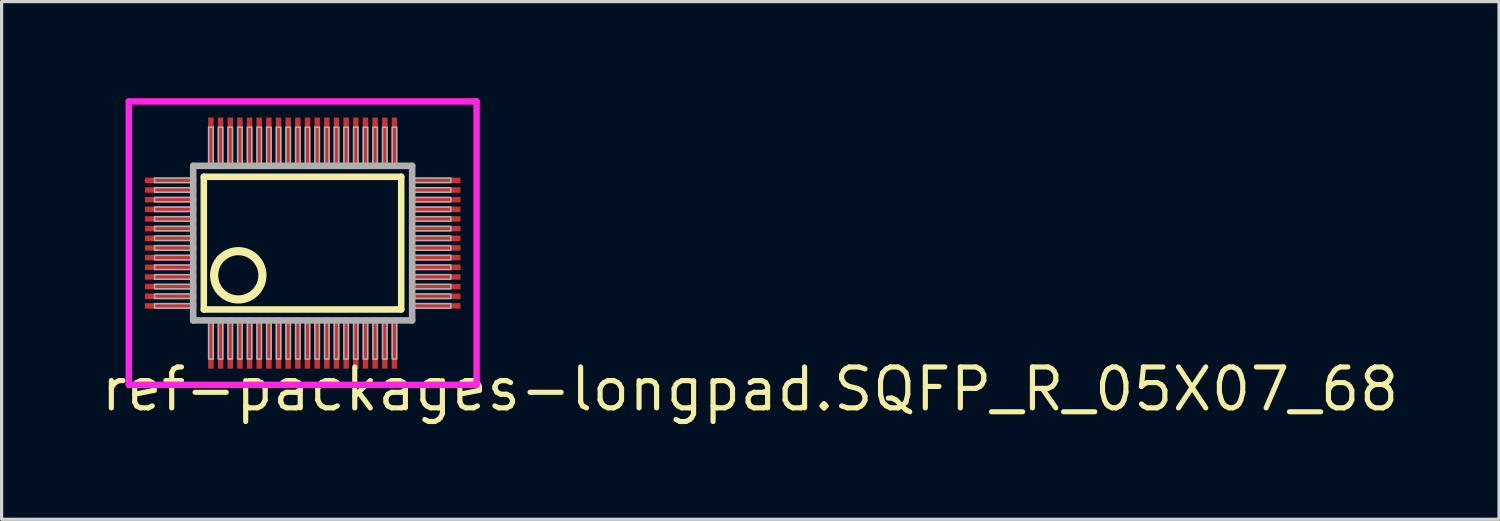
<source format=kicad_pcb>
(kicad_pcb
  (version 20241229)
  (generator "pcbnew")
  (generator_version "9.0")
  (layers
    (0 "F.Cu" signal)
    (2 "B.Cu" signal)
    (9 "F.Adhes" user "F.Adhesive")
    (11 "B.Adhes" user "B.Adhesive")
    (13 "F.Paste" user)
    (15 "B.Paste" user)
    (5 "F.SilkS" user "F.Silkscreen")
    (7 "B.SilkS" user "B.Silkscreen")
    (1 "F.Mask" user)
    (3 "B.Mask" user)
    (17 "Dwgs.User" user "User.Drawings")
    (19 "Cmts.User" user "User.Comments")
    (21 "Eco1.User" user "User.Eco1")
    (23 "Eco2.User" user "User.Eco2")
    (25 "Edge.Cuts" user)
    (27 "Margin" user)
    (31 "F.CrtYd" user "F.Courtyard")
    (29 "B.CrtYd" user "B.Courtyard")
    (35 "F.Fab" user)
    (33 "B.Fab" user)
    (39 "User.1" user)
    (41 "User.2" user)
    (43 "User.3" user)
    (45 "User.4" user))
  (footprint "ref-packages-longpad.SQFP_R_05X07_68"
    (layer "F.Cu")
    (at 6.35 4.5)
    (property "Reference" "ref-packages-longpad.SQFP_R_05X07_68" (at -6.35 5.28 0) (layer "F.SilkS") (effects (font (size 1.27 1.27) (thickness 0.16)) (justify left bottom)))
    (attr smd)
    (fp_line (start -3.07 -2.06) (end 3.06 -2.06) (stroke (width 0.203) (type default)) (layer "F.SilkS"))
    (fp_line (start -3.07 2.06) (end -3.07 -2.06) (stroke (width 0.203) (type default)) (layer "F.SilkS"))
    (fp_line (start 3.06 -2.06) (end 3.06 2.06) (stroke (width 0.203) (type default)) (layer "F.SilkS"))
    (fp_line (start 3.06 2.06) (end -3.07 2.06) (stroke (width 0.203) (type default)) (layer "F.SilkS"))
    (fp_circle (center -2 1) (end -1.25 1) (stroke (width 0.254) (type default)) (fill no) (layer "F.SilkS"))
    (fp_line (start -5.4 -4.4) (end 5.4 -4.4) (stroke (width 0.2) (type default)) (layer "F.CrtYd"))
    (fp_line (start -5.4 4.4) (end -5.4 -4.4) (stroke (width 0.2) (type default)) (layer "F.CrtYd"))
    (fp_line (start 5.4 -4.4) (end 5.4 4.4) (stroke (width 0.2) (type default)) (layer "F.CrtYd"))
    (fp_line (start 5.4 4.4) (end -5.4 4.4) (stroke (width 0.2) (type default)) (layer "F.CrtYd"))
    (fp_line (start -3.4 -2.4) (end -3.4 2.4) (stroke (width 0.203) (type default)) (layer "F.Fab"))
    (fp_line (start -3.4 2.4) (end 3.4 2.4) (stroke (width 0.203) (type default)) (layer "F.Fab"))
    (fp_line (start 3.4 -2.4) (end -3.4 -2.4) (stroke (width 0.203) (type default)) (layer "F.Fab"))
    (fp_line (start 3.4 2.4) (end 3.4 -2.4) (stroke (width 0.203) (type default)) (layer "F.Fab"))
    (fp_rect (start -4.6 -1.88) (end -3.45 -2.02) (stroke (width 0.05) (type default)) (fill no) (layer "F.Fab"))
    (fp_rect (start -4.6 -1.58) (end -3.45 -1.72) (stroke (width 0.05) (type default)) (fill no) (layer "F.Fab"))
    (fp_rect (start -4.6 -1.28) (end -3.45 -1.42) (stroke (width 0.05) (type default)) (fill no) (layer "F.Fab"))
    (fp_rect (start -4.6 -0.98) (end -3.45 -1.12) (stroke (width 0.05) (type default)) (fill no) (layer "F.Fab"))
    (fp_rect (start -4.6 -0.68) (end -3.45 -0.82) (stroke (width 0.05) (type default)) (fill no) (layer "F.Fab"))
    (fp_rect (start -4.6 -0.38) (end -3.45 -0.52) (stroke (width 0.05) (type default)) (fill no) (layer "F.Fab"))
    (fp_rect (start -4.6 -0.08) (end -3.45 -0.22) (stroke (width 0.05) (type default)) (fill no) (layer "F.Fab"))
    (fp_rect (start -4.6 0.22) (end -3.45 0.08) (stroke (width 0.05) (type default)) (fill no) (layer "F.Fab"))
    (fp_rect (start -4.6 0.52) (end -3.45 0.38) (stroke (width 0.05) (type default)) (fill no) (layer "F.Fab"))
    (fp_rect (start -4.6 0.82) (end -3.45 0.68) (stroke (width 0.05) (type default)) (fill no) (layer "F.Fab"))
    (fp_rect (start -4.6 1.12) (end -3.45 0.98) (stroke (width 0.05) (type default)) (fill no) (layer "F.Fab"))
    (fp_rect (start -4.6 1.42) (end -3.45 1.28) (stroke (width 0.05) (type default)) (fill no) (layer "F.Fab"))
    (fp_rect (start -4.6 1.72) (end -3.45 1.58) (stroke (width 0.05) (type default)) (fill no) (layer "F.Fab"))
    (fp_rect (start -4.6 2.02) (end -3.45 1.88) (stroke (width 0.05) (type default)) (fill no) (layer "F.Fab"))
    (fp_rect (start -2.92 -2.45) (end -2.78 -3.6) (stroke (width 0.05) (type default)) (fill no) (layer "F.Fab"))
    (fp_rect (start -2.92 3.6) (end -2.78 2.45) (stroke (width 0.05) (type default)) (fill no) (layer "F.Fab"))
    (fp_rect (start -2.62 -2.45) (end -2.48 -3.6) (stroke (width 0.05) (type default)) (fill no) (layer "F.Fab"))
    (fp_rect (start -2.62 3.6) (end -2.48 2.45) (stroke (width 0.05) (type default)) (fill no) (layer "F.Fab"))
    (fp_rect (start -2.32 -2.45) (end -2.18 -3.6) (stroke (width 0.05) (type default)) (fill no) (layer "F.Fab"))
    (fp_rect (start -2.32 3.6) (end -2.18 2.45) (stroke (width 0.05) (type default)) (fill no) (layer "F.Fab"))
    (fp_rect (start -2.02 -2.45) (end -1.88 -3.6) (stroke (width 0.05) (type default)) (fill no) (layer "F.Fab"))
    (fp_rect (start -2.02 3.6) (end -1.88 2.45) (stroke (width 0.05) (type default)) (fill no) (layer "F.Fab"))
    (fp_rect (start -1.72 -2.45) (end -1.58 -3.6) (stroke (width 0.05) (type default)) (fill no) (layer "F.Fab"))
    (fp_rect (start -1.72 3.6) (end -1.58 2.45) (stroke (width 0.05) (type default)) (fill no) (layer "F.Fab"))
    (fp_rect (start -1.42 -2.45) (end -1.28 -3.6) (stroke (width 0.05) (type default)) (fill no) (layer "F.Fab"))
    (fp_rect (start -1.42 3.6) (end -1.28 2.45) (stroke (width 0.05) (type default)) (fill no) (layer "F.Fab"))
    (fp_rect (start -1.12 -2.45) (end -0.98 -3.6) (stroke (width 0.05) (type default)) (fill no) (layer "F.Fab"))
    (fp_rect (start -1.12 3.6) (end -0.98 2.45) (stroke (width 0.05) (type default)) (fill no) (layer "F.Fab"))
    (fp_rect (start -0.82 -2.45) (end -0.68 -3.6) (stroke (width 0.05) (type default)) (fill no) (layer "F.Fab"))
    (fp_rect (start -0.82 3.6) (end -0.68 2.45) (stroke (width 0.05) (type default)) (fill no) (layer "F.Fab"))
    (fp_rect (start -0.52 -2.45) (end -0.38 -3.6) (stroke (width 0.05) (type default)) (fill no) (layer "F.Fab"))
    (fp_rect (start -0.52 3.6) (end -0.38 2.45) (stroke (width 0.05) (type default)) (fill no) (layer "F.Fab"))
    (fp_rect (start -0.22 -2.45) (end -0.08 -3.6) (stroke (width 0.05) (type default)) (fill no) (layer "F.Fab"))
    (fp_rect (start -0.22 3.6) (end -0.08 2.45) (stroke (width 0.05) (type default)) (fill no) (layer "F.Fab"))
    (fp_rect (start 0.08 -2.45) (end 0.22 -3.6) (stroke (width 0.05) (type default)) (fill no) (layer "F.Fab"))
    (fp_rect (start 0.08 3.6) (end 0.22 2.45) (stroke (width 0.05) (type default)) (fill no) (layer "F.Fab"))
    (fp_rect (start 0.38 -2.45) (end 0.52 -3.6) (stroke (width 0.05) (type default)) (fill no) (layer "F.Fab"))
    (fp_rect (start 0.38 3.6) (end 0.52 2.45) (stroke (width 0.05) (type default)) (fill no) (layer "F.Fab"))
    (fp_rect (start 0.68 -2.45) (end 0.82 -3.6) (stroke (width 0.05) (type default)) (fill no) (layer "F.Fab"))
    (fp_rect (start 0.68 3.6) (end 0.82 2.45) (stroke (width 0.05) (type default)) (fill no) (layer "F.Fab"))
    (fp_rect (start 0.98 -2.45) (end 1.12 -3.6) (stroke (width 0.05) (type default)) (fill no) (layer "F.Fab"))
    (fp_rect (start 0.98 3.6) (end 1.12 2.45) (stroke (width 0.05) (type default)) (fill no) (layer "F.Fab"))
    (fp_rect (start 1.28 -2.45) (end 1.42 -3.6) (stroke (width 0.05) (type default)) (fill no) (layer "F.Fab"))
    (fp_rect (start 1.28 3.6) (end 1.42 2.45) (stroke (width 0.05) (type default)) (fill no) (layer "F.Fab"))
    (fp_rect (start 1.58 -2.45) (end 1.72 -3.6) (stroke (width 0.05) (type default)) (fill no) (layer "F.Fab"))
    (fp_rect (start 1.58 3.6) (end 1.72 2.45) (stroke (width 0.05) (type default)) (fill no) (layer "F.Fab"))
    (fp_rect (start 1.88 -2.45) (end 2.02 -3.6) (stroke (width 0.05) (type default)) (fill no) (layer "F.Fab"))
    (fp_rect (start 1.88 3.6) (end 2.02 2.45) (stroke (width 0.05) (type default)) (fill no) (layer "F.Fab"))
    (fp_rect (start 2.18 -2.45) (end 2.32 -3.6) (stroke (width 0.05) (type default)) (fill no) (layer "F.Fab"))
    (fp_rect (start 2.18 3.6) (end 2.32 2.45) (stroke (width 0.05) (type default)) (fill no) (layer "F.Fab"))
    (fp_rect (start 2.48 -2.45) (end 2.62 -3.6) (stroke (width 0.05) (type default)) (fill no) (layer "F.Fab"))
    (fp_rect (start 2.48 3.6) (end 2.62 2.45) (stroke (width 0.05) (type default)) (fill no) (layer "F.Fab"))
    (fp_rect (start 2.78 -2.45) (end 2.92 -3.6) (stroke (width 0.05) (type default)) (fill no) (layer "F.Fab"))
    (fp_rect (start 2.78 3.6) (end 2.92 2.45) (stroke (width 0.05) (type default)) (fill no) (layer "F.Fab"))
    (fp_rect (start 3.45 -1.88) (end 4.6 -2.02) (stroke (width 0.05) (type default)) (fill no) (layer "F.Fab"))
    (fp_rect (start 3.45 -1.58) (end 4.6 -1.72) (stroke (width 0.05) (type default)) (fill no) (layer "F.Fab"))
    (fp_rect (start 3.45 -1.28) (end 4.6 -1.42) (stroke (width 0.05) (type default)) (fill no) (layer "F.Fab"))
    (fp_rect (start 3.45 -0.98) (end 4.6 -1.12) (stroke (width 0.05) (type default)) (fill no) (layer "F.Fab"))
    (fp_rect (start 3.45 -0.68) (end 4.6 -0.82) (stroke (width 0.05) (type default)) (fill no) (layer "F.Fab"))
    (fp_rect (start 3.45 -0.38) (end 4.6 -0.52) (stroke (width 0.05) (type default)) (fill no) (layer "F.Fab"))
    (fp_rect (start 3.45 -0.08) (end 4.6 -0.22) (stroke (width 0.05) (type default)) (fill no) (layer "F.Fab"))
    (fp_rect (start 3.45 0.22) (end 4.6 0.08) (stroke (width 0.05) (type default)) (fill no) (layer "F.Fab"))
    (fp_rect (start 3.45 0.52) (end 4.6 0.38) (stroke (width 0.05) (type default)) (fill no) (layer "F.Fab"))
    (fp_rect (start 3.45 0.82) (end 4.6 0.68) (stroke (width 0.05) (type default)) (fill no) (layer "F.Fab"))
    (fp_rect (start 3.45 1.12) (end 4.6 0.98) (stroke (width 0.05) (type default)) (fill no) (layer "F.Fab"))
    (fp_rect (start 3.45 1.42) (end 4.6 1.28) (stroke (width 0.05) (type default)) (fill no) (layer "F.Fab"))
    (fp_rect (start 3.45 1.72) (end 4.6 1.58) (stroke (width 0.05) (type default)) (fill no) (layer "F.Fab"))
    (fp_rect (start 3.45 2.02) (end 4.6 1.88) (stroke (width 0.05) (type default)) (fill no) (layer "F.Fab"))
    (pad "1" smd roundrect (at -2.85 3.1) (size 0.17 1.6) (layers "F.Cu" "F.Mask" "F.Paste") (roundrect_rratio 0.01))
    (pad "2" smd roundrect (at -2.55 3.1) (size 0.17 1.6) (layers "F.Cu" "F.Mask" "F.Paste") (roundrect_rratio 0.01))
    (pad "3" smd roundrect (at -2.25 3.1) (size 0.17 1.6) (layers "F.Cu" "F.Mask" "F.Paste") (roundrect_rratio 0.01))
    (pad "4" smd roundrect (at -1.95 3.1) (size 0.17 1.6) (layers "F.Cu" "F.Mask" "F.Paste") (roundrect_rratio 0.01))
    (pad "5" smd roundrect (at -1.65 3.1) (size 0.17 1.6) (layers "F.Cu" "F.Mask" "F.Paste") (roundrect_rratio 0.01))
    (pad "6" smd roundrect (at -1.35 3.1) (size 0.17 1.6) (layers "F.Cu" "F.Mask" "F.Paste") (roundrect_rratio 0.01))
    (pad "7" smd roundrect (at -1.05 3.1) (size 0.17 1.6) (layers "F.Cu" "F.Mask" "F.Paste") (roundrect_rratio 0.01))
    (pad "8" smd roundrect (at -0.75 3.1) (size 0.17 1.6) (layers "F.Cu" "F.Mask" "F.Paste") (roundrect_rratio 0.01))
    (pad "9" smd roundrect (at -0.45 3.1) (size 0.17 1.6) (layers "F.Cu" "F.Mask" "F.Paste") (roundrect_rratio 0.01))
    (pad "10" smd roundrect (at -0.15 3.1) (size 0.17 1.6) (layers "F.Cu" "F.Mask" "F.Paste") (roundrect_rratio 0.01))
    (pad "11" smd roundrect (at 0.15 3.1) (size 0.17 1.6) (layers "F.Cu" "F.Mask" "F.Paste") (roundrect_rratio 0.01))
    (pad "12" smd roundrect (at 0.45 3.1) (size 0.17 1.6) (layers "F.Cu" "F.Mask" "F.Paste") (roundrect_rratio 0.01))
    (pad "13" smd roundrect (at 0.75 3.1) (size 0.17 1.6) (layers "F.Cu" "F.Mask" "F.Paste") (roundrect_rratio 0.01))
    (pad "14" smd roundrect (at 1.05 3.1) (size 0.17 1.6) (layers "F.Cu" "F.Mask" "F.Paste") (roundrect_rratio 0.01))
    (pad "15" smd roundrect (at 1.35 3.1) (size 0.17 1.6) (layers "F.Cu" "F.Mask" "F.Paste") (roundrect_rratio 0.01))
    (pad "16" smd roundrect (at 1.65 3.1) (size 0.17 1.6) (layers "F.Cu" "F.Mask" "F.Paste") (roundrect_rratio 0.01))
    (pad "17" smd roundrect (at 1.95 3.1) (size 0.17 1.6) (layers "F.Cu" "F.Mask" "F.Paste") (roundrect_rratio 0.01))
    (pad "18" smd roundrect (at 2.25 3.1) (size 0.17 1.6) (layers "F.Cu" "F.Mask" "F.Paste") (roundrect_rratio 0.01))
    (pad "19" smd roundrect (at 2.55 3.1) (size 0.17 1.6) (layers "F.Cu" "F.Mask" "F.Paste") (roundrect_rratio 0.01))
    (pad "20" smd roundrect (at 2.85 3.1) (size 0.17 1.6) (layers "F.Cu" "F.Mask" "F.Paste") (roundrect_rratio 0.01))
    (pad "21" smd roundrect (at 4.1 1.95) (size 1.6 0.17) (layers "F.Cu" "F.Mask" "F.Paste") (roundrect_rratio 0.01))
    (pad "22" smd roundrect (at 4.1 1.65) (size 1.6 0.17) (layers "F.Cu" "F.Mask" "F.Paste") (roundrect_rratio 0.01))
    (pad "23" smd roundrect (at 4.1 1.35) (size 1.6 0.17) (layers "F.Cu" "F.Mask" "F.Paste") (roundrect_rratio 0.01))
    (pad "24" smd roundrect (at 4.1 1.05) (size 1.6 0.17) (layers "F.Cu" "F.Mask" "F.Paste") (roundrect_rratio 0.01))
    (pad "25" smd roundrect (at 4.1 0.75) (size 1.6 0.17) (layers "F.Cu" "F.Mask" "F.Paste") (roundrect_rratio 0.01))
    (pad "26" smd roundrect (at 4.1 0.45) (size 1.6 0.17) (layers "F.Cu" "F.Mask" "F.Paste") (roundrect_rratio 0.01))
    (pad "27" smd roundrect (at 4.1 0.15) (size 1.6 0.17) (layers "F.Cu" "F.Mask" "F.Paste") (roundrect_rratio 0.01))
    (pad "28" smd roundrect (at 4.1 -0.15) (size 1.6 0.17) (layers "F.Cu" "F.Mask" "F.Paste") (roundrect_rratio 0.01))
    (pad "29" smd roundrect (at 4.1 -0.45) (size 1.6 0.17) (layers "F.Cu" "F.Mask" "F.Paste") (roundrect_rratio 0.01))
    (pad "30" smd roundrect (at 4.1 -0.75) (size 1.6 0.17) (layers "F.Cu" "F.Mask" "F.Paste") (roundrect_rratio 0.01))
    (pad "31" smd roundrect (at 4.1 -1.05) (size 1.6 0.17) (layers "F.Cu" "F.Mask" "F.Paste") (roundrect_rratio 0.01))
    (pad "32" smd roundrect (at 4.1 -1.35) (size 1.6 0.17) (layers "F.Cu" "F.Mask" "F.Paste") (roundrect_rratio 0.01))
    (pad "33" smd roundrect (at 4.1 -1.65) (size 1.6 0.17) (layers "F.Cu" "F.Mask" "F.Paste") (roundrect_rratio 0.01))
    (pad "34" smd roundrect (at 4.1 -1.95) (size 1.6 0.17) (layers "F.Cu" "F.Mask" "F.Paste") (roundrect_rratio 0.01))
    (pad "35" smd roundrect (at 2.85 -3.1) (size 0.17 1.6) (layers "F.Cu" "F.Mask" "F.Paste") (roundrect_rratio 0.01))
    (pad "36" smd roundrect (at 2.55 -3.1) (size 0.17 1.6) (layers "F.Cu" "F.Mask" "F.Paste") (roundrect_rratio 0.01))
    (pad "37" smd roundrect (at 2.25 -3.1) (size 0.17 1.6) (layers "F.Cu" "F.Mask" "F.Paste") (roundrect_rratio 0.01))
    (pad "38" smd roundrect (at 1.95 -3.1) (size 0.17 1.6) (layers "F.Cu" "F.Mask" "F.Paste") (roundrect_rratio 0.01))
    (pad "39" smd roundrect (at 1.65 -3.1) (size 0.17 1.6) (layers "F.Cu" "F.Mask" "F.Paste") (roundrect_rratio 0.01))
    (pad "40" smd roundrect (at 1.35 -3.1) (size 0.17 1.6) (layers "F.Cu" "F.Mask" "F.Paste") (roundrect_rratio 0.01))
    (pad "41" smd roundrect (at 1.05 -3.1) (size 0.17 1.6) (layers "F.Cu" "F.Mask" "F.Paste") (roundrect_rratio 0.01))
    (pad "42" smd roundrect (at 0.75 -3.1) (size 0.17 1.6) (layers "F.Cu" "F.Mask" "F.Paste") (roundrect_rratio 0.01))
    (pad "43" smd roundrect (at 0.45 -3.1) (size 0.17 1.6) (layers "F.Cu" "F.Mask" "F.Paste") (roundrect_rratio 0.01))
    (pad "44" smd roundrect (at 0.15 -3.1) (size 0.17 1.6) (layers "F.Cu" "F.Mask" "F.Paste") (roundrect_rratio 0.01))
    (pad "45" smd roundrect (at -0.15 -3.1) (size 0.17 1.6) (layers "F.Cu" "F.Mask" "F.Paste") (roundrect_rratio 0.01))
    (pad "46" smd roundrect (at -0.45 -3.1) (size 0.17 1.6) (layers "F.Cu" "F.Mask" "F.Paste") (roundrect_rratio 0.01))
    (pad "47" smd roundrect (at -0.75 -3.1) (size 0.17 1.6) (layers "F.Cu" "F.Mask" "F.Paste") (roundrect_rratio 0.01))
    (pad "48" smd roundrect (at -1.05 -3.1) (size 0.17 1.6) (layers "F.Cu" "F.Mask" "F.Paste") (roundrect_rratio 0.01))
    (pad "49" smd roundrect (at -1.35 -3.1) (size 0.17 1.6) (layers "F.Cu" "F.Mask" "F.Paste") (roundrect_rratio 0.01))
    (pad "50" smd roundrect (at -1.65 -3.1) (size 0.17 1.6) (layers "F.Cu" "F.Mask" "F.Paste") (roundrect_rratio 0.01))
    (pad "51" smd roundrect (at -1.95 -3.1) (size 0.17 1.6) (layers "F.Cu" "F.Mask" "F.Paste") (roundrect_rratio 0.01))
    (pad "52" smd roundrect (at -2.25 -3.1) (size 0.17 1.6) (layers "F.Cu" "F.Mask" "F.Paste") (roundrect_rratio 0.01))
    (pad "53" smd roundrect (at -2.55 -3.1) (size 0.17 1.6) (layers "F.Cu" "F.Mask" "F.Paste") (roundrect_rratio 0.01))
    (pad "54" smd roundrect (at -2.85 -3.1) (size 0.17 1.6) (layers "F.Cu" "F.Mask" "F.Paste") (roundrect_rratio 0.01))
    (pad "55" smd roundrect (at -4.1 -1.95) (size 1.6 0.17) (layers "F.Cu" "F.Mask" "F.Paste") (roundrect_rratio 0.01))
    (pad "56" smd roundrect (at -4.1 -1.65) (size 1.6 0.17) (layers "F.Cu" "F.Mask" "F.Paste") (roundrect_rratio 0.01))
    (pad "57" smd roundrect (at -4.1 -1.35) (size 1.6 0.17) (layers "F.Cu" "F.Mask" "F.Paste") (roundrect_rratio 0.01))
    (pad "58" smd roundrect (at -4.1 -1.05) (size 1.6 0.17) (layers "F.Cu" "F.Mask" "F.Paste") (roundrect_rratio 0.01))
    (pad "59" smd roundrect (at -4.1 -0.75) (size 1.6 0.17) (layers "F.Cu" "F.Mask" "F.Paste") (roundrect_rratio 0.01))
    (pad "60" smd roundrect (at -4.1 -0.45) (size 1.6 0.17) (layers "F.Cu" "F.Mask" "F.Paste") (roundrect_rratio 0.01))
    (pad "61" smd roundrect (at -4.1 -0.15) (size 1.6 0.17) (layers "F.Cu" "F.Mask" "F.Paste") (roundrect_rratio 0.01))
    (pad "62" smd roundrect (at -4.1 0.15) (size 1.6 0.17) (layers "F.Cu" "F.Mask" "F.Paste") (roundrect_rratio 0.01))
    (pad "63" smd roundrect (at -4.1 0.45) (size 1.6 0.17) (layers "F.Cu" "F.Mask" "F.Paste") (roundrect_rratio 0.01))
    (pad "64" smd roundrect (at -4.1 0.75) (size 1.6 0.17) (layers "F.Cu" "F.Mask" "F.Paste") (roundrect_rratio 0.01))
    (pad "65" smd roundrect (at -4.1 1.05) (size 1.6 0.17) (layers "F.Cu" "F.Mask" "F.Paste") (roundrect_rratio 0.01))
    (pad "66" smd roundrect (at -4.1 1.35) (size 1.6 0.17) (layers "F.Cu" "F.Mask" "F.Paste") (roundrect_rratio 0.01))
    (pad "67" smd roundrect (at -4.1 1.65) (size 1.6 0.17) (layers "F.Cu" "F.Mask" "F.Paste") (roundrect_rratio 0.01))
    (pad "68" smd roundrect (at -4.1 1.95) (size 1.6 0.17) (layers "F.Cu" "F.Mask" "F.Paste") (roundrect_rratio 0.01)))
  (gr_rect
    (start -3 -3)
    (end 43.503 13.077)
    (stroke (width 0.1) (type default))
    (fill no)
    (layer "Edge.Cuts")))
</source>
